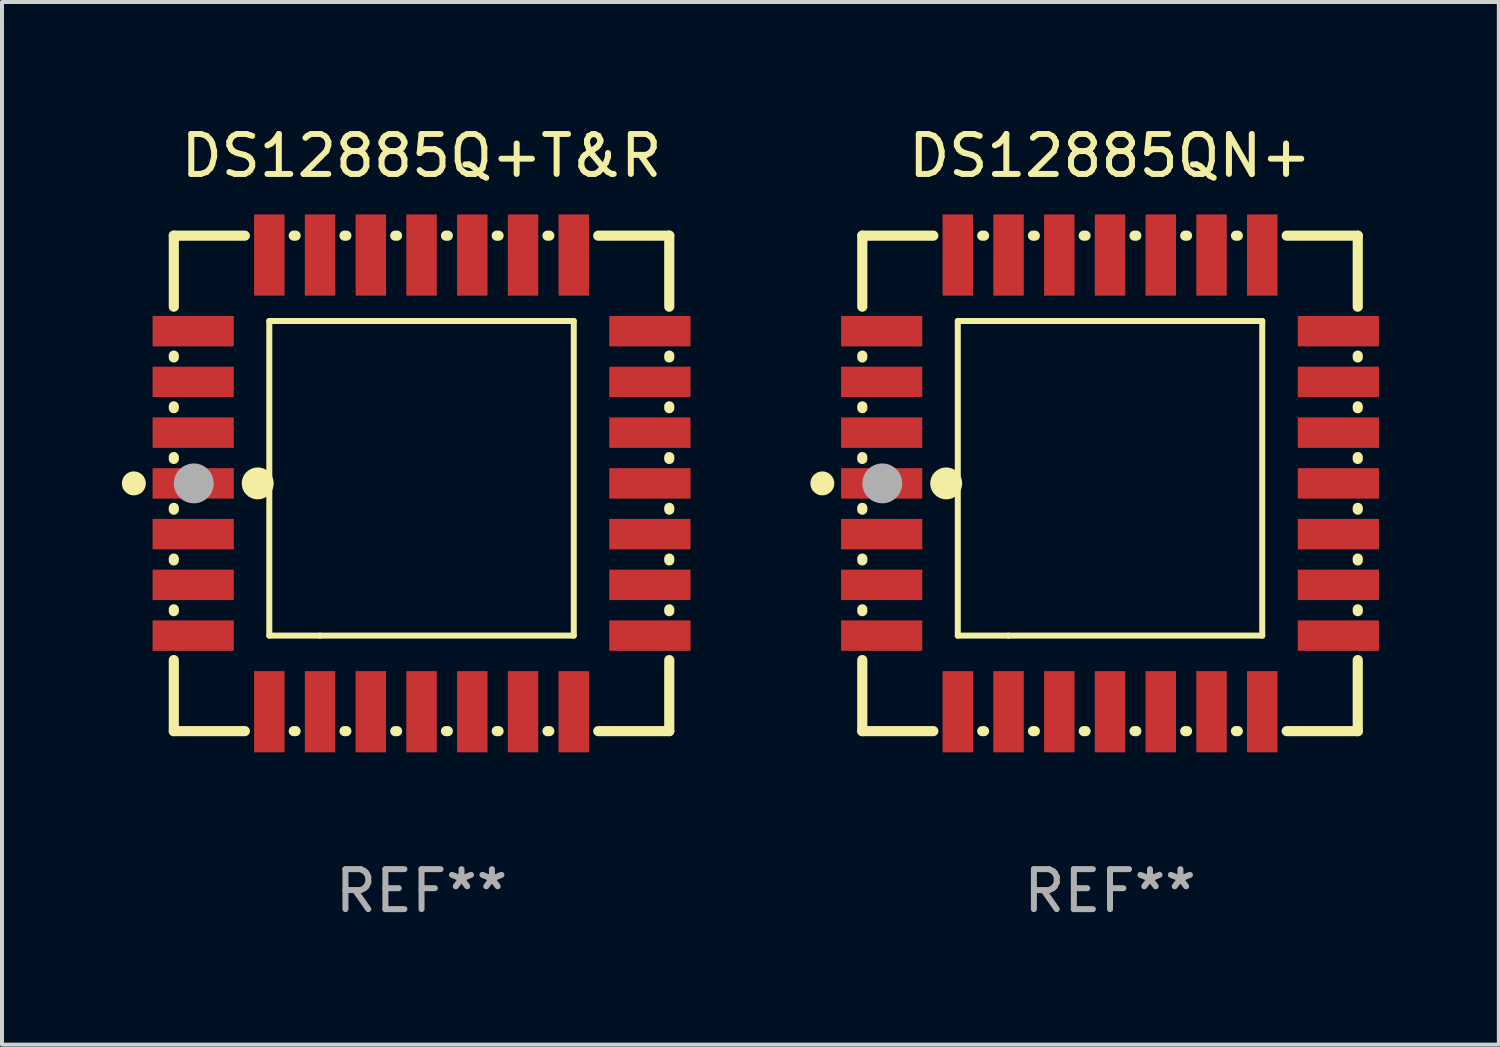
<source format=kicad_pcb>
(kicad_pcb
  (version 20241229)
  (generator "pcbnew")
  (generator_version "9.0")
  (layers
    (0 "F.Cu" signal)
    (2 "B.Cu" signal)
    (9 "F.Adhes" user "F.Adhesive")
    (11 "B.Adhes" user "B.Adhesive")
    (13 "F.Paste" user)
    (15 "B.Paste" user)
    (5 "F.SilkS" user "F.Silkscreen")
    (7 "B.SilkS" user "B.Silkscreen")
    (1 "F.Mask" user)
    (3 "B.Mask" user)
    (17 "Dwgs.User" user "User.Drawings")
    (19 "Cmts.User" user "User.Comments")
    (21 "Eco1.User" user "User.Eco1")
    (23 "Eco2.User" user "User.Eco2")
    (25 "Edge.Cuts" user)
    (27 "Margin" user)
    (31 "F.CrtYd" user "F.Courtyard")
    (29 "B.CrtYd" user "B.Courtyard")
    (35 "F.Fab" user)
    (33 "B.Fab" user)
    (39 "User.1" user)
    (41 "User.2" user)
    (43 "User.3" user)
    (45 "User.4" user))
  (footprint "DS12885Q+T&R"
    (layer "F.Cu")
    (at 7.5 9.048)
    (property "Reference" "DS12885Q+T&R" (at 0 -8.2 0) (layer "F.SilkS") (effects (font (size 1 1) (thickness 0.15))))
    (attr through_hole)
    (fp_line (start -6.2 -6.2) (end -4.422 -6.2) (stroke (width 0.254) (type solid)) (layer "F.SilkS"))
    (fp_line (start -6.2 -4.422) (end -6.2 -6.2) (stroke (width 0.254) (type solid)) (layer "F.SilkS"))
    (fp_line (start -6.2 -3.152) (end -6.2 -3.198) (stroke (width 0.254) (type solid)) (layer "F.SilkS"))
    (fp_line (start -6.2 -1.882) (end -6.2 -1.928) (stroke (width 0.254) (type solid)) (layer "F.SilkS"))
    (fp_line (start -6.2 -0.612) (end -6.2 -0.658) (stroke (width 0.254) (type solid)) (layer "F.SilkS"))
    (fp_line (start -6.2 0.658) (end -6.2 0.612) (stroke (width 0.254) (type solid)) (layer "F.SilkS"))
    (fp_line (start -6.2 1.928) (end -6.2 1.882) (stroke (width 0.254) (type solid)) (layer "F.SilkS"))
    (fp_line (start -6.2 3.198) (end -6.2 3.152) (stroke (width 0.254) (type solid)) (layer "F.SilkS"))
    (fp_line (start -6.2 6.2) (end -6.2 4.422) (stroke (width 0.254) (type solid)) (layer "F.SilkS"))
    (fp_line (start -4.422 6.2) (end -6.2 6.2) (stroke (width 0.254) (type solid)) (layer "F.SilkS"))
    (fp_line (start -3.81 -4.064) (end 3.81 -4.064) (stroke (width 0.15) (type solid)) (layer "F.SilkS"))
    (fp_line (start -3.81 3.81) (end -3.81 -4.064) (stroke (width 0.15) (type solid)) (layer "F.SilkS"))
    (fp_line (start -3.198 -6.2) (end -3.152 -6.2) (stroke (width 0.254) (type solid)) (layer "F.SilkS"))
    (fp_line (start -3.152 6.2) (end -3.198 6.2) (stroke (width 0.254) (type solid)) (layer "F.SilkS"))
    (fp_line (start -2.54 3.81) (end -3.81 3.81) (stroke (width 0.15) (type solid)) (layer "F.SilkS"))
    (fp_line (start -1.928 -6.2) (end -1.882 -6.2) (stroke (width 0.254) (type solid)) (layer "F.SilkS"))
    (fp_line (start -1.882 6.2) (end -1.928 6.2) (stroke (width 0.254) (type solid)) (layer "F.SilkS"))
    (fp_line (start -0.658 -6.2) (end -0.612 -6.2) (stroke (width 0.254) (type solid)) (layer "F.SilkS"))
    (fp_line (start -0.612 6.2) (end -0.658 6.2) (stroke (width 0.254) (type solid)) (layer "F.SilkS"))
    (fp_line (start 0.612 -6.2) (end 0.658 -6.2) (stroke (width 0.254) (type solid)) (layer "F.SilkS"))
    (fp_line (start 0.658 6.2) (end 0.612 6.2) (stroke (width 0.254) (type solid)) (layer "F.SilkS"))
    (fp_line (start 1.882 -6.2) (end 1.928 -6.2) (stroke (width 0.254) (type solid)) (layer "F.SilkS"))
    (fp_line (start 1.928 6.2) (end 1.882 6.2) (stroke (width 0.254) (type solid)) (layer "F.SilkS"))
    (fp_line (start 3.152 -6.2) (end 3.198 -6.2) (stroke (width 0.254) (type solid)) (layer "F.SilkS"))
    (fp_line (start 3.198 6.2) (end 3.152 6.2) (stroke (width 0.254) (type solid)) (layer "F.SilkS"))
    (fp_line (start 3.81 -4.064) (end 3.81 3.81) (stroke (width 0.15) (type solid)) (layer "F.SilkS"))
    (fp_line (start 3.81 3.81) (end -2.54 3.81) (stroke (width 0.15) (type solid)) (layer "F.SilkS"))
    (fp_line (start 4.422 -6.2) (end 6.2 -6.2) (stroke (width 0.254) (type solid)) (layer "F.SilkS"))
    (fp_line (start 6.2 -6.2) (end 6.2 -4.422) (stroke (width 0.254) (type solid)) (layer "F.SilkS"))
    (fp_line (start 6.2 -3.198) (end 6.2 -3.152) (stroke (width 0.254) (type solid)) (layer "F.SilkS"))
    (fp_line (start 6.2 -1.928) (end 6.2 -1.882) (stroke (width 0.254) (type solid)) (layer "F.SilkS"))
    (fp_line (start 6.2 -0.658) (end 6.2 -0.612) (stroke (width 0.254) (type solid)) (layer "F.SilkS"))
    (fp_line (start 6.2 0.612) (end 6.2 0.658) (stroke (width 0.254) (type solid)) (layer "F.SilkS"))
    (fp_line (start 6.2 1.882) (end 6.2 1.928) (stroke (width 0.254) (type solid)) (layer "F.SilkS"))
    (fp_line (start 6.2 3.152) (end 6.2 3.198) (stroke (width 0.254) (type solid)) (layer "F.SilkS"))
    (fp_line (start 6.2 4.422) (end 6.2 6.2) (stroke (width 0.254) (type solid)) (layer "F.SilkS"))
    (fp_line (start 6.2 6.2) (end 4.422 6.2) (stroke (width 0.254) (type solid)) (layer "F.SilkS"))
    (fp_circle (center -7.2 0) (end -7.05 0) (stroke (width 0.3) (type solid)) (fill no) (layer "F.SilkS"))
    (fp_circle (center -6.223 6.223) (end -6.193 6.223) (stroke (width 0.06) (type solid)) (fill no) (layer "F.SilkS"))
    (fp_circle (center -4.1 0) (end -3.9 0) (stroke (width 0.4) (type solid)) (fill no) (layer "F.SilkS"))
    (fp_circle (center -5.7 0) (end -5.45 0) (stroke (width 0.5) (type solid)) (fill no) (layer "F.Fab"))
    (fp_text user "REF**" (at 0 10.2 0) (layer "F.Fab") (effects (font (size 1 1) (thickness 0.15))))
    (pad "1" smd rect (at -5.715 0) (size 2.032 0.762) (layers "F.Cu" "F.Mask" "F.Paste"))
    (pad "2" smd rect (at -5.715 1.27) (size 2.032 0.762) (layers "F.Cu" "F.Mask" "F.Paste"))
    (pad "3" smd rect (at -5.715 2.54) (size 2.032 0.762) (layers "F.Cu" "F.Mask" "F.Paste"))
    (pad "4" smd rect (at -5.715 3.81) (size 2.032 0.762) (layers "F.Cu" "F.Mask" "F.Paste"))
    (pad "5" smd rect (at -3.81 5.715) (size 0.762 2.032) (layers "F.Cu" "F.Mask" "F.Paste"))
    (pad "6" smd rect (at -2.54 5.715) (size 0.762 2.032) (layers "F.Cu" "F.Mask" "F.Paste"))
    (pad "7" smd rect (at -1.27 5.715) (size 0.762 2.032) (layers "F.Cu" "F.Mask" "F.Paste"))
    (pad "8" smd rect (at 0 5.715) (size 0.762 2.032) (layers "F.Cu" "F.Mask" "F.Paste"))
    (pad "9" smd rect (at 1.27 5.715) (size 0.762 2.032) (layers "F.Cu" "F.Mask" "F.Paste"))
    (pad "10" smd rect (at 2.54 5.715) (size 0.762 2.032) (layers "F.Cu" "F.Mask" "F.Paste"))
    (pad "11" smd rect (at 3.81 5.715) (size 0.762 2.032) (layers "F.Cu" "F.Mask" "F.Paste"))
    (pad "12" smd rect (at 5.715 3.81) (size 2.032 0.762) (layers "F.Cu" "F.Mask" "F.Paste"))
    (pad "13" smd rect (at 5.715 2.54) (size 2.032 0.762) (layers "F.Cu" "F.Mask" "F.Paste"))
    (pad "14" smd rect (at 5.715 1.27) (size 2.032 0.762) (layers "F.Cu" "F.Mask" "F.Paste"))
    (pad "15" smd rect (at 5.715 0) (size 2.032 0.762) (layers "F.Cu" "F.Mask" "F.Paste"))
    (pad "16" smd rect (at 5.715 -1.27) (size 2.032 0.762) (layers "F.Cu" "F.Mask" "F.Paste"))
    (pad "17" smd rect (at 5.715 -2.54) (size 2.032 0.762) (layers "F.Cu" "F.Mask" "F.Paste"))
    (pad "18" smd rect (at 5.715 -3.81) (size 2.032 0.762) (layers "F.Cu" "F.Mask" "F.Paste"))
    (pad "19" smd rect (at 3.81 -5.715) (size 0.762 2.032) (layers "F.Cu" "F.Mask" "F.Paste"))
    (pad "20" smd rect (at 2.54 -5.715) (size 0.762 2.032) (layers "F.Cu" "F.Mask" "F.Paste"))
    (pad "21" smd rect (at 1.27 -5.715) (size 0.762 2.032) (layers "F.Cu" "F.Mask" "F.Paste"))
    (pad "22" smd rect (at 0 -5.715) (size 0.762 2.032) (layers "F.Cu" "F.Mask" "F.Paste"))
    (pad "23" smd rect (at -1.27 -5.715) (size 0.762 2.032) (layers "F.Cu" "F.Mask" "F.Paste"))
    (pad "24" smd rect (at -2.54 -5.715) (size 0.762 2.032) (layers "F.Cu" "F.Mask" "F.Paste"))
    (pad "25" smd rect (at -3.81 -5.715) (size 0.762 2.032) (layers "F.Cu" "F.Mask" "F.Paste"))
    (pad "26" smd rect (at -5.715 -3.81) (size 2.032 0.762) (layers "F.Cu" "F.Mask" "F.Paste"))
    (pad "27" smd rect (at -5.715 -2.54) (size 2.032 0.762) (layers "F.Cu" "F.Mask" "F.Paste"))
    (pad "28" smd rect (at -5.715 -1.27) (size 2.032 0.762) (layers "F.Cu" "F.Mask" "F.Paste")))
  (footprint "DS12885QN+"
    (layer "F.Cu")
    (at 24.731 9.048)
    (property "Reference" "DS12885QN+" (at 0 -8.2 0) (layer "F.SilkS") (effects (font (size 1 1) (thickness 0.15))))
    (attr through_hole)
    (fp_line (start -6.2 -6.2) (end -4.422 -6.2) (stroke (width 0.254) (type solid)) (layer "F.SilkS"))
    (fp_line (start -6.2 -4.422) (end -6.2 -6.2) (stroke (width 0.254) (type solid)) (layer "F.SilkS"))
    (fp_line (start -6.2 -3.152) (end -6.2 -3.198) (stroke (width 0.254) (type solid)) (layer "F.SilkS"))
    (fp_line (start -6.2 -1.882) (end -6.2 -1.928) (stroke (width 0.254) (type solid)) (layer "F.SilkS"))
    (fp_line (start -6.2 -0.612) (end -6.2 -0.658) (stroke (width 0.254) (type solid)) (layer "F.SilkS"))
    (fp_line (start -6.2 0.658) (end -6.2 0.612) (stroke (width 0.254) (type solid)) (layer "F.SilkS"))
    (fp_line (start -6.2 1.928) (end -6.2 1.882) (stroke (width 0.254) (type solid)) (layer "F.SilkS"))
    (fp_line (start -6.2 3.198) (end -6.2 3.152) (stroke (width 0.254) (type solid)) (layer "F.SilkS"))
    (fp_line (start -6.2 6.2) (end -6.2 4.422) (stroke (width 0.254) (type solid)) (layer "F.SilkS"))
    (fp_line (start -4.422 6.2) (end -6.2 6.2) (stroke (width 0.254) (type solid)) (layer "F.SilkS"))
    (fp_line (start -3.81 -4.064) (end 3.81 -4.064) (stroke (width 0.15) (type solid)) (layer "F.SilkS"))
    (fp_line (start -3.81 3.81) (end -3.81 -4.064) (stroke (width 0.15) (type solid)) (layer "F.SilkS"))
    (fp_line (start -3.198 -6.2) (end -3.152 -6.2) (stroke (width 0.254) (type solid)) (layer "F.SilkS"))
    (fp_line (start -3.152 6.2) (end -3.198 6.2) (stroke (width 0.254) (type solid)) (layer "F.SilkS"))
    (fp_line (start -2.54 3.81) (end -3.81 3.81) (stroke (width 0.15) (type solid)) (layer "F.SilkS"))
    (fp_line (start -1.928 -6.2) (end -1.882 -6.2) (stroke (width 0.254) (type solid)) (layer "F.SilkS"))
    (fp_line (start -1.882 6.2) (end -1.928 6.2) (stroke (width 0.254) (type solid)) (layer "F.SilkS"))
    (fp_line (start -0.658 -6.2) (end -0.612 -6.2) (stroke (width 0.254) (type solid)) (layer "F.SilkS"))
    (fp_line (start -0.612 6.2) (end -0.658 6.2) (stroke (width 0.254) (type solid)) (layer "F.SilkS"))
    (fp_line (start 0.612 -6.2) (end 0.658 -6.2) (stroke (width 0.254) (type solid)) (layer "F.SilkS"))
    (fp_line (start 0.658 6.2) (end 0.612 6.2) (stroke (width 0.254) (type solid)) (layer "F.SilkS"))
    (fp_line (start 1.882 -6.2) (end 1.928 -6.2) (stroke (width 0.254) (type solid)) (layer "F.SilkS"))
    (fp_line (start 1.928 6.2) (end 1.882 6.2) (stroke (width 0.254) (type solid)) (layer "F.SilkS"))
    (fp_line (start 3.152 -6.2) (end 3.198 -6.2) (stroke (width 0.254) (type solid)) (layer "F.SilkS"))
    (fp_line (start 3.198 6.2) (end 3.152 6.2) (stroke (width 0.254) (type solid)) (layer "F.SilkS"))
    (fp_line (start 3.81 -4.064) (end 3.81 3.81) (stroke (width 0.15) (type solid)) (layer "F.SilkS"))
    (fp_line (start 3.81 3.81) (end -2.54 3.81) (stroke (width 0.15) (type solid)) (layer "F.SilkS"))
    (fp_line (start 4.422 -6.2) (end 6.2 -6.2) (stroke (width 0.254) (type solid)) (layer "F.SilkS"))
    (fp_line (start 6.2 -6.2) (end 6.2 -4.422) (stroke (width 0.254) (type solid)) (layer "F.SilkS"))
    (fp_line (start 6.2 -3.198) (end 6.2 -3.152) (stroke (width 0.254) (type solid)) (layer "F.SilkS"))
    (fp_line (start 6.2 -1.928) (end 6.2 -1.882) (stroke (width 0.254) (type solid)) (layer "F.SilkS"))
    (fp_line (start 6.2 -0.658) (end 6.2 -0.612) (stroke (width 0.254) (type solid)) (layer "F.SilkS"))
    (fp_line (start 6.2 0.612) (end 6.2 0.658) (stroke (width 0.254) (type solid)) (layer "F.SilkS"))
    (fp_line (start 6.2 1.882) (end 6.2 1.928) (stroke (width 0.254) (type solid)) (layer "F.SilkS"))
    (fp_line (start 6.2 3.152) (end 6.2 3.198) (stroke (width 0.254) (type solid)) (layer "F.SilkS"))
    (fp_line (start 6.2 4.422) (end 6.2 6.2) (stroke (width 0.254) (type solid)) (layer "F.SilkS"))
    (fp_line (start 6.2 6.2) (end 4.422 6.2) (stroke (width 0.254) (type solid)) (layer "F.SilkS"))
    (fp_circle (center -7.2 0) (end -7.05 0) (stroke (width 0.3) (type solid)) (fill no) (layer "F.SilkS"))
    (fp_circle (center -6.223 6.223) (end -6.193 6.223) (stroke (width 0.06) (type solid)) (fill no) (layer "F.SilkS"))
    (fp_circle (center -4.1 0) (end -3.9 0) (stroke (width 0.4) (type solid)) (fill no) (layer "F.SilkS"))
    (fp_circle (center -5.7 0) (end -5.45 0) (stroke (width 0.5) (type solid)) (fill no) (layer "F.Fab"))
    (fp_text user "REF**" (at 0 10.2 0) (layer "F.Fab") (effects (font (size 1 1) (thickness 0.15))))
    (pad "1" smd rect (at -5.715 0) (size 2.032 0.762) (layers "F.Cu" "F.Mask" "F.Paste"))
    (pad "2" smd rect (at -5.715 1.27) (size 2.032 0.762) (layers "F.Cu" "F.Mask" "F.Paste"))
    (pad "3" smd rect (at -5.715 2.54) (size 2.032 0.762) (layers "F.Cu" "F.Mask" "F.Paste"))
    (pad "4" smd rect (at -5.715 3.81) (size 2.032 0.762) (layers "F.Cu" "F.Mask" "F.Paste"))
    (pad "5" smd rect (at -3.81 5.715) (size 0.762 2.032) (layers "F.Cu" "F.Mask" "F.Paste"))
    (pad "6" smd rect (at -2.54 5.715) (size 0.762 2.032) (layers "F.Cu" "F.Mask" "F.Paste"))
    (pad "7" smd rect (at -1.27 5.715) (size 0.762 2.032) (layers "F.Cu" "F.Mask" "F.Paste"))
    (pad "8" smd rect (at 0 5.715) (size 0.762 2.032) (layers "F.Cu" "F.Mask" "F.Paste"))
    (pad "9" smd rect (at 1.27 5.715) (size 0.762 2.032) (layers "F.Cu" "F.Mask" "F.Paste"))
    (pad "10" smd rect (at 2.54 5.715) (size 0.762 2.032) (layers "F.Cu" "F.Mask" "F.Paste"))
    (pad "11" smd rect (at 3.81 5.715) (size 0.762 2.032) (layers "F.Cu" "F.Mask" "F.Paste"))
    (pad "12" smd rect (at 5.715 3.81) (size 2.032 0.762) (layers "F.Cu" "F.Mask" "F.Paste"))
    (pad "13" smd rect (at 5.715 2.54) (size 2.032 0.762) (layers "F.Cu" "F.Mask" "F.Paste"))
    (pad "14" smd rect (at 5.715 1.27) (size 2.032 0.762) (layers "F.Cu" "F.Mask" "F.Paste"))
    (pad "15" smd rect (at 5.715 0) (size 2.032 0.762) (layers "F.Cu" "F.Mask" "F.Paste"))
    (pad "16" smd rect (at 5.715 -1.27) (size 2.032 0.762) (layers "F.Cu" "F.Mask" "F.Paste"))
    (pad "17" smd rect (at 5.715 -2.54) (size 2.032 0.762) (layers "F.Cu" "F.Mask" "F.Paste"))
    (pad "18" smd rect (at 5.715 -3.81) (size 2.032 0.762) (layers "F.Cu" "F.Mask" "F.Paste"))
    (pad "19" smd rect (at 3.81 -5.715) (size 0.762 2.032) (layers "F.Cu" "F.Mask" "F.Paste"))
    (pad "20" smd rect (at 2.54 -5.715) (size 0.762 2.032) (layers "F.Cu" "F.Mask" "F.Paste"))
    (pad "21" smd rect (at 1.27 -5.715) (size 0.762 2.032) (layers "F.Cu" "F.Mask" "F.Paste"))
    (pad "22" smd rect (at 0 -5.715) (size 0.762 2.032) (layers "F.Cu" "F.Mask" "F.Paste"))
    (pad "23" smd rect (at -1.27 -5.715) (size 0.762 2.032) (layers "F.Cu" "F.Mask" "F.Paste"))
    (pad "24" smd rect (at -2.54 -5.715) (size 0.762 2.032) (layers "F.Cu" "F.Mask" "F.Paste"))
    (pad "25" smd rect (at -3.81 -5.715) (size 0.762 2.032) (layers "F.Cu" "F.Mask" "F.Paste"))
    (pad "26" smd rect (at -5.715 -3.81) (size 2.032 0.762) (layers "F.Cu" "F.Mask" "F.Paste"))
    (pad "27" smd rect (at -5.715 -2.54) (size 2.032 0.762) (layers "F.Cu" "F.Mask" "F.Paste"))
    (pad "28" smd rect (at -5.715 -1.27) (size 2.032 0.762) (layers "F.Cu" "F.Mask" "F.Paste")))
  (gr_rect
    (start -3 -3)
    (end 34.462 23.096)
    (stroke (width 0.1) (type default))
    (fill no)
    (layer "Edge.Cuts")))
</source>
